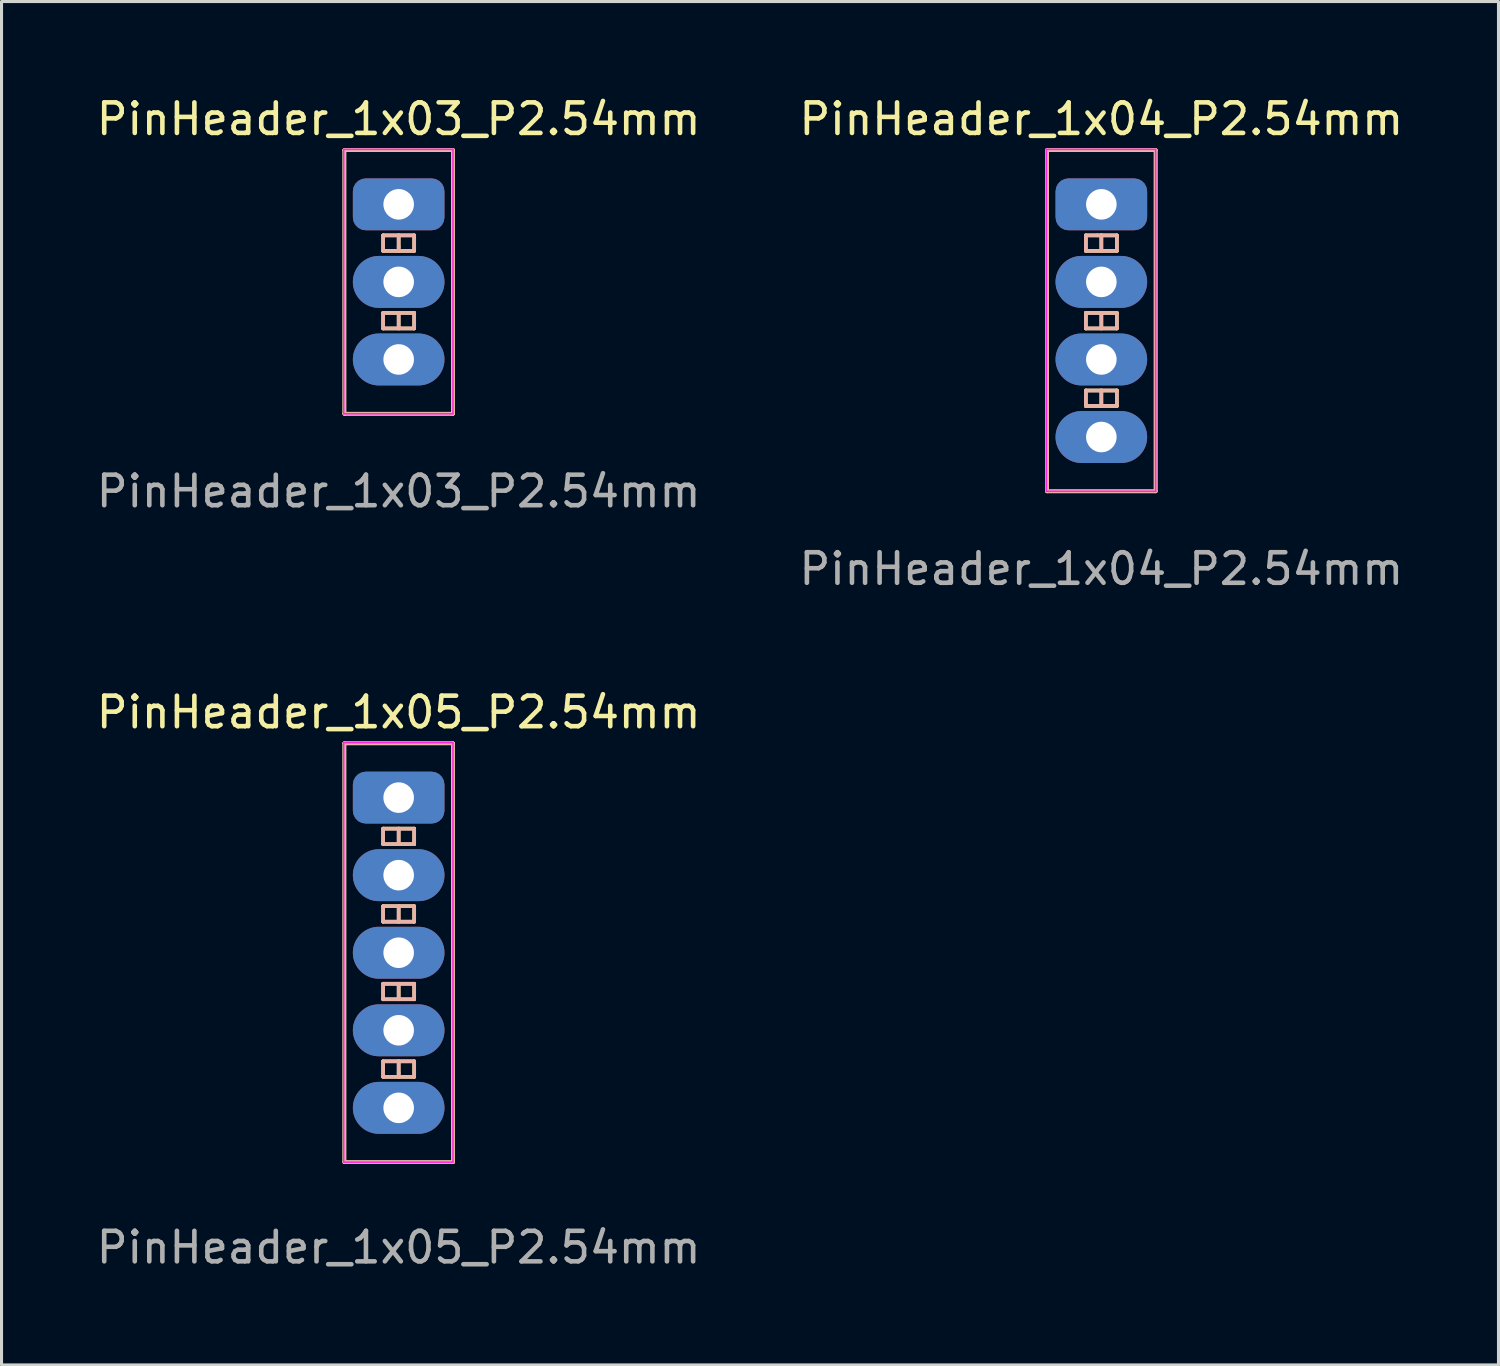
<source format=kicad_pcb>
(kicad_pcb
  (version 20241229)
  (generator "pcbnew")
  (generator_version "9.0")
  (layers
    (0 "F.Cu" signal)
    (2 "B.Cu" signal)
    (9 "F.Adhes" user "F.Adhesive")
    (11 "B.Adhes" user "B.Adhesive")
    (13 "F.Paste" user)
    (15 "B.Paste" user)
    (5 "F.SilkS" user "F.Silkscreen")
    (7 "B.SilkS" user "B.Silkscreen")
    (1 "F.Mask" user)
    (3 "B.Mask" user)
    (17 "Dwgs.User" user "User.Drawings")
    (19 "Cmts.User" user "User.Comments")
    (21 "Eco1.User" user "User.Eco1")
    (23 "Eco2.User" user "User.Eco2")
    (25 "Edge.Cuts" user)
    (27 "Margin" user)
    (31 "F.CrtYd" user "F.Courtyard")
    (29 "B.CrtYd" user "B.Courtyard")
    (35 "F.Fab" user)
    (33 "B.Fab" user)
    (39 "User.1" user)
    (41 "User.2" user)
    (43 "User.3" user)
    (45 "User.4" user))
  (footprint "PinHeader_1x05_P2.54mm"
    (layer "F.Cu")
    (at 10.006 23.071)
    (property "Reference" "PinHeader_1x05_P2.54mm" (at 0 -2.794 0) (layer "F.SilkS") (effects (font (size 1 1) (thickness 0.15))))
    (attr through_hole)
    (fp_line (start -1.778 -1.778) (end 1.778 -1.778) (stroke (width 0.12) (type solid)) (layer "F.SilkS"))
    (fp_line (start -1.778 11.938) (end -1.778 -1.778) (stroke (width 0.12) (type solid)) (layer "F.SilkS"))
    (fp_line (start -0.508 1.524) (end -0.508 1.016) (stroke (width 0.12) (type solid)) (layer "F.SilkS"))
    (fp_line (start -0.508 1.524) (end 0.508 1.524) (stroke (width 0.12) (type solid)) (layer "F.SilkS"))
    (fp_line (start -0.508 4.064) (end -0.508 3.556) (stroke (width 0.12) (type solid)) (layer "F.SilkS"))
    (fp_line (start -0.508 4.064) (end 0.508 4.064) (stroke (width 0.12) (type solid)) (layer "F.SilkS"))
    (fp_line (start -0.508 6.604) (end -0.508 6.096) (stroke (width 0.12) (type solid)) (layer "F.SilkS"))
    (fp_line (start -0.508 6.604) (end 0.508 6.604) (stroke (width 0.12) (type solid)) (layer "F.SilkS"))
    (fp_line (start -0.508 9.144) (end -0.508 8.636) (stroke (width 0.12) (type solid)) (layer "F.SilkS"))
    (fp_line (start -0.508 9.144) (end 0.508 9.144) (stroke (width 0.12) (type solid)) (layer "F.SilkS"))
    (fp_line (start 0 1.016) (end 0 1.524) (stroke (width 0.12) (type solid)) (layer "F.SilkS"))
    (fp_line (start 0 3.556) (end 0 4.064) (stroke (width 0.12) (type solid)) (layer "F.SilkS"))
    (fp_line (start 0 6.096) (end 0 6.604) (stroke (width 0.12) (type solid)) (layer "F.SilkS"))
    (fp_line (start 0 8.636) (end 0 9.144) (stroke (width 0.12) (type solid)) (layer "F.SilkS"))
    (fp_line (start 0.508 1.016) (end -0.508 1.016) (stroke (width 0.12) (type solid)) (layer "F.SilkS"))
    (fp_line (start 0.508 1.016) (end 0.508 1.524) (stroke (width 0.12) (type solid)) (layer "F.SilkS"))
    (fp_line (start 0.508 3.556) (end -0.508 3.556) (stroke (width 0.12) (type solid)) (layer "F.SilkS"))
    (fp_line (start 0.508 4.064) (end 0.508 3.556) (stroke (width 0.12) (type solid)) (layer "F.SilkS"))
    (fp_line (start 0.508 6.096) (end -0.508 6.096) (stroke (width 0.12) (type solid)) (layer "F.SilkS"))
    (fp_line (start 0.508 6.096) (end 0.508 6.604) (stroke (width 0.12) (type solid)) (layer "F.SilkS"))
    (fp_line (start 0.508 8.636) (end -0.508 8.636) (stroke (width 0.12) (type solid)) (layer "F.SilkS"))
    (fp_line (start 0.508 8.636) (end 0.508 9.144) (stroke (width 0.12) (type solid)) (layer "F.SilkS"))
    (fp_line (start 1.778 -1.778) (end 1.778 11.938) (stroke (width 0.12) (type solid)) (layer "F.SilkS"))
    (fp_line (start 1.778 11.938) (end -1.778 11.938) (stroke (width 0.12) (type solid)) (layer "F.SilkS"))
    (fp_line (start -1.778 -1.778) (end 1.778 -1.778) (stroke (width 0.12) (type solid)) (layer "B.SilkS"))
    (fp_line (start -1.778 11.938) (end -1.778 -1.778) (stroke (width 0.12) (type solid)) (layer "B.SilkS"))
    (fp_line (start -0.508 1.016) (end 0 1.016) (stroke (width 0.12) (type solid)) (layer "B.SilkS"))
    (fp_line (start -0.508 1.524) (end -0.508 1.016) (stroke (width 0.12) (type solid)) (layer "B.SilkS"))
    (fp_line (start -0.508 3.556) (end 0 3.556) (stroke (width 0.12) (type solid)) (layer "B.SilkS"))
    (fp_line (start -0.508 4.064) (end -0.508 3.556) (stroke (width 0.12) (type solid)) (layer "B.SilkS"))
    (fp_line (start -0.508 6.096) (end 0 6.096) (stroke (width 0.12) (type solid)) (layer "B.SilkS"))
    (fp_line (start -0.508 6.604) (end -0.508 6.096) (stroke (width 0.12) (type solid)) (layer "B.SilkS"))
    (fp_line (start -0.508 8.636) (end 0 8.636) (stroke (width 0.12) (type solid)) (layer "B.SilkS"))
    (fp_line (start -0.508 9.144) (end -0.508 8.636) (stroke (width 0.12) (type solid)) (layer "B.SilkS"))
    (fp_line (start 0 1.016) (end 0.508 1.016) (stroke (width 0.12) (type solid)) (layer "B.SilkS"))
    (fp_line (start 0 1.524) (end 0 1.016) (stroke (width 0.12) (type solid)) (layer "B.SilkS"))
    (fp_line (start 0 3.556) (end 0 4.064) (stroke (width 0.12) (type solid)) (layer "B.SilkS"))
    (fp_line (start 0 3.556) (end 0.508 3.556) (stroke (width 0.12) (type solid)) (layer "B.SilkS"))
    (fp_line (start 0 6.096) (end 0.508 6.096) (stroke (width 0.12) (type solid)) (layer "B.SilkS"))
    (fp_line (start 0 6.604) (end 0 6.096) (stroke (width 0.12) (type solid)) (layer "B.SilkS"))
    (fp_line (start 0 8.636) (end 0 9.017) (stroke (width 0.12) (type solid)) (layer "B.SilkS"))
    (fp_line (start 0 8.636) (end 0.508 8.636) (stroke (width 0.12) (type solid)) (layer "B.SilkS"))
    (fp_line (start 0 9.017) (end 0 9.144) (stroke (width 0.12) (type solid)) (layer "B.SilkS"))
    (fp_line (start 0.508 1.016) (end 0.508 1.524) (stroke (width 0.12) (type solid)) (layer "B.SilkS"))
    (fp_line (start 0.508 1.524) (end -0.508 1.524) (stroke (width 0.12) (type solid)) (layer "B.SilkS"))
    (fp_line (start 0.508 3.556) (end 0.508 4.064) (stroke (width 0.12) (type solid)) (layer "B.SilkS"))
    (fp_line (start 0.508 4.064) (end -0.508 4.064) (stroke (width 0.12) (type solid)) (layer "B.SilkS"))
    (fp_line (start 0.508 6.096) (end 0.508 6.604) (stroke (width 0.12) (type solid)) (layer "B.SilkS"))
    (fp_line (start 0.508 6.604) (end -0.508 6.604) (stroke (width 0.12) (type solid)) (layer "B.SilkS"))
    (fp_line (start 0.508 8.636) (end 0.508 9.144) (stroke (width 0.12) (type solid)) (layer "B.SilkS"))
    (fp_line (start 0.508 9.144) (end -0.508 9.144) (stroke (width 0.12) (type solid)) (layer "B.SilkS"))
    (fp_line (start 1.778 -1.778) (end 1.778 11.938) (stroke (width 0.12) (type solid)) (layer "B.SilkS"))
    (fp_line (start 1.778 11.938) (end -1.778 11.938) (stroke (width 0.12) (type solid)) (layer "B.SilkS"))
    (fp_line (start -1.8 -1.8) (end -1.8 11.938) (stroke (width 0.05) (type solid)) (layer "F.CrtYd"))
    (fp_line (start -1.8 11.938) (end 1.778 11.938) (stroke (width 0.05) (type solid)) (layer "F.CrtYd"))
    (fp_line (start 1.778 -1.8) (end -1.8 -1.8) (stroke (width 0.05) (type solid)) (layer "F.CrtYd"))
    (fp_line (start 1.778 11.938) (end 1.778 -1.8) (stroke (width 0.05) (type solid)) (layer "F.CrtYd"))
    (fp_text user "${REFERENCE}" (at 0 14.732 180) (layer "F.Fab") (effects (font (size 1 1) (thickness 0.15))))
    (pad "1" thru_hole roundrect (at 0 0) (size 3 1.7) (drill 1) (layers "*.Cu" "*.Mask") (roundrect_rratio 0.25))
    (pad "2" thru_hole oval (at 0 2.54) (size 3 1.7) (drill 1) (layers "*.Cu" "*.Mask"))
    (pad "3" thru_hole oval (at 0 5.08) (size 3 1.7) (drill 1) (layers "*.Cu" "*.Mask"))
    (pad "4" thru_hole oval (at 0 7.62) (size 3 1.7) (drill 1) (layers "*.Cu" "*.Mask"))
    (pad "5" thru_hole oval (at 0 10.16) (size 3 1.7) (drill 1) (layers "*.Cu" "*.Mask")))
  (footprint "PinHeader_1x03_P2.54mm"
    (layer "F.Cu")
    (at 10.006 3.642)
    (property "Reference" "PinHeader_1x03_P2.54mm" (at 0 -2.794 0) (layer "F.SilkS") (effects (font (size 1 1) (thickness 0.15))))
    (attr through_hole)
    (fp_line (start -1.778 -1.778) (end 1.778 -1.778) (stroke (width 0.12) (type solid)) (layer "F.SilkS"))
    (fp_line (start -1.778 6.858) (end -1.778 -1.778) (stroke (width 0.12) (type solid)) (layer "F.SilkS"))
    (fp_line (start -0.508 1.524) (end -0.508 1.016) (stroke (width 0.12) (type solid)) (layer "F.SilkS"))
    (fp_line (start -0.508 1.524) (end 0.508 1.524) (stroke (width 0.12) (type solid)) (layer "F.SilkS"))
    (fp_line (start -0.508 4.064) (end -0.508 3.556) (stroke (width 0.12) (type solid)) (layer "F.SilkS"))
    (fp_line (start -0.508 4.064) (end 0.508 4.064) (stroke (width 0.12) (type solid)) (layer "F.SilkS"))
    (fp_line (start 0 1.016) (end 0 1.524) (stroke (width 0.12) (type solid)) (layer "F.SilkS"))
    (fp_line (start 0 3.556) (end 0 4.064) (stroke (width 0.12) (type solid)) (layer "F.SilkS"))
    (fp_line (start 0.508 1.016) (end -0.508 1.016) (stroke (width 0.12) (type solid)) (layer "F.SilkS"))
    (fp_line (start 0.508 1.016) (end 0.508 1.524) (stroke (width 0.12) (type solid)) (layer "F.SilkS"))
    (fp_line (start 0.508 3.556) (end -0.508 3.556) (stroke (width 0.12) (type solid)) (layer "F.SilkS"))
    (fp_line (start 0.508 4.064) (end 0.508 3.556) (stroke (width 0.12) (type solid)) (layer "F.SilkS"))
    (fp_line (start 1.778 -1.778) (end 1.778 6.858) (stroke (width 0.12) (type solid)) (layer "F.SilkS"))
    (fp_line (start 1.778 6.858) (end -1.778 6.858) (stroke (width 0.12) (type solid)) (layer "F.SilkS"))
    (fp_line (start -1.778 -1.778) (end -1.778 6.858) (stroke (width 0.12) (type solid)) (layer "B.SilkS"))
    (fp_line (start -1.778 6.858) (end 1.778 6.858) (stroke (width 0.12) (type solid)) (layer "B.SilkS"))
    (fp_line (start -0.508 1.016) (end -0.508 1.524) (stroke (width 0.12) (type solid)) (layer "B.SilkS"))
    (fp_line (start -0.508 1.524) (end 0.508 1.524) (stroke (width 0.12) (type solid)) (layer "B.SilkS"))
    (fp_line (start -0.508 3.556) (end 0 3.556) (stroke (width 0.12) (type solid)) (layer "B.SilkS"))
    (fp_line (start -0.508 4.064) (end -0.508 3.556) (stroke (width 0.12) (type solid)) (layer "B.SilkS"))
    (fp_line (start -0.508 4.064) (end 0.508 4.064) (stroke (width 0.12) (type solid)) (layer "B.SilkS"))
    (fp_line (start 0 1.016) (end -0.508 1.016) (stroke (width 0.12) (type solid)) (layer "B.SilkS"))
    (fp_line (start 0 1.016) (end 0 1.397) (stroke (width 0.12) (type solid)) (layer "B.SilkS"))
    (fp_line (start 0 1.397) (end 0 1.524) (stroke (width 0.12) (type solid)) (layer "B.SilkS"))
    (fp_line (start 0 3.556) (end 0 4.064) (stroke (width 0.12) (type solid)) (layer "B.SilkS"))
    (fp_line (start 0.508 1.016) (end 0 1.016) (stroke (width 0.12) (type solid)) (layer "B.SilkS"))
    (fp_line (start 0.508 1.524) (end 0.508 1.016) (stroke (width 0.12) (type solid)) (layer "B.SilkS"))
    (fp_line (start 0.508 3.556) (end 0 3.556) (stroke (width 0.12) (type solid)) (layer "B.SilkS"))
    (fp_line (start 0.508 4.064) (end 0.508 3.556) (stroke (width 0.12) (type solid)) (layer "B.SilkS"))
    (fp_line (start 1.778 -1.778) (end -1.778 -1.778) (stroke (width 0.12) (type solid)) (layer "B.SilkS"))
    (fp_line (start 1.778 6.858) (end 1.778 -1.778) (stroke (width 0.12) (type solid)) (layer "B.SilkS"))
    (fp_line (start -1.8 -1.8) (end -1.8 6.858) (stroke (width 0.05) (type solid)) (layer "F.CrtYd"))
    (fp_line (start -1.8 6.858) (end 1.778 6.858) (stroke (width 0.05) (type solid)) (layer "F.CrtYd"))
    (fp_line (start 1.778 -1.8) (end -1.8 -1.8) (stroke (width 0.05) (type solid)) (layer "F.CrtYd"))
    (fp_line (start 1.778 6.858) (end 1.778 -1.8) (stroke (width 0.05) (type solid)) (layer "F.CrtYd"))
    (fp_text user "${REFERENCE}" (at 0 9.398 180) (layer "F.Fab") (effects (font (size 1 1) (thickness 0.15))))
    (pad "1" thru_hole roundrect (at 0 0) (size 3 1.7) (drill 1) (layers "*.Cu" "*.Mask") (roundrect_rratio 0.25))
    (pad "2" thru_hole oval (at 0 2.54) (size 3 1.7) (drill 1) (layers "*.Cu" "*.Mask"))
    (pad "3" thru_hole oval (at 0 5.08) (size 3 1.7) (drill 1) (layers "*.Cu" "*.Mask")))
  (footprint "PinHeader_1x04_P2.54mm"
    (layer "F.Cu")
    (at 33.018 3.642)
    (property "Reference" "PinHeader_1x04_P2.54mm" (at 0 -2.794 0) (layer "F.SilkS") (effects (font (size 1 1) (thickness 0.15))))
    (attr through_hole)
    (fp_line (start -1.778 -1.778) (end 1.778 -1.778) (stroke (width 0.12) (type solid)) (layer "F.SilkS"))
    (fp_line (start -1.778 9.398) (end -1.778 -1.778) (stroke (width 0.12) (type solid)) (layer "F.SilkS"))
    (fp_line (start -0.508 1.524) (end -0.508 1.016) (stroke (width 0.12) (type solid)) (layer "F.SilkS"))
    (fp_line (start -0.508 1.524) (end 0.508 1.524) (stroke (width 0.12) (type solid)) (layer "F.SilkS"))
    (fp_line (start -0.508 4.064) (end -0.508 3.556) (stroke (width 0.12) (type solid)) (layer "F.SilkS"))
    (fp_line (start -0.508 4.064) (end 0.508 4.064) (stroke (width 0.12) (type solid)) (layer "F.SilkS"))
    (fp_line (start -0.508 6.604) (end -0.508 6.096) (stroke (width 0.12) (type solid)) (layer "F.SilkS"))
    (fp_line (start -0.508 6.604) (end 0.508 6.604) (stroke (width 0.12) (type solid)) (layer "F.SilkS"))
    (fp_line (start 0 1.016) (end 0 1.524) (stroke (width 0.12) (type solid)) (layer "F.SilkS"))
    (fp_line (start 0 3.556) (end 0 4.064) (stroke (width 0.12) (type solid)) (layer "F.SilkS"))
    (fp_line (start 0 6.096) (end 0 6.604) (stroke (width 0.12) (type solid)) (layer "F.SilkS"))
    (fp_line (start 0.508 1.016) (end -0.508 1.016) (stroke (width 0.12) (type solid)) (layer "F.SilkS"))
    (fp_line (start 0.508 1.016) (end 0.508 1.524) (stroke (width 0.12) (type solid)) (layer "F.SilkS"))
    (fp_line (start 0.508 3.556) (end -0.508 3.556) (stroke (width 0.12) (type solid)) (layer "F.SilkS"))
    (fp_line (start 0.508 4.064) (end 0.508 3.556) (stroke (width 0.12) (type solid)) (layer "F.SilkS"))
    (fp_line (start 0.508 6.096) (end -0.508 6.096) (stroke (width 0.12) (type solid)) (layer "F.SilkS"))
    (fp_line (start 0.508 6.096) (end 0.508 6.604) (stroke (width 0.12) (type solid)) (layer "F.SilkS"))
    (fp_line (start 1.778 -1.778) (end 1.778 9.398) (stroke (width 0.12) (type solid)) (layer "F.SilkS"))
    (fp_line (start 1.778 9.398) (end -1.778 9.398) (stroke (width 0.12) (type solid)) (layer "F.SilkS"))
    (fp_line (start -1.778 -1.778) (end -1.778 9.398) (stroke (width 0.12) (type solid)) (layer "B.SilkS"))
    (fp_line (start -1.778 9.398) (end 1.778 9.398) (stroke (width 0.12) (type solid)) (layer "B.SilkS"))
    (fp_line (start -0.508 1.016) (end -0.127 1.016) (stroke (width 0.12) (type solid)) (layer "B.SilkS"))
    (fp_line (start -0.508 1.524) (end -0.508 1.016) (stroke (width 0.12) (type solid)) (layer "B.SilkS"))
    (fp_line (start -0.508 3.556) (end 0 3.556) (stroke (width 0.12) (type solid)) (layer "B.SilkS"))
    (fp_line (start -0.508 4.064) (end -0.508 3.556) (stroke (width 0.12) (type solid)) (layer "B.SilkS"))
    (fp_line (start -0.508 4.064) (end 0.508 4.064) (stroke (width 0.12) (type solid)) (layer "B.SilkS"))
    (fp_line (start -0.508 6.096) (end -0.508 6.604) (stroke (width 0.12) (type solid)) (layer "B.SilkS"))
    (fp_line (start -0.508 6.604) (end 0.508 6.604) (stroke (width 0.12) (type solid)) (layer "B.SilkS"))
    (fp_line (start -0.127 1.016) (end 0 1.016) (stroke (width 0.12) (type solid)) (layer "B.SilkS"))
    (fp_line (start 0 1.016) (end 0.508 1.016) (stroke (width 0.12) (type solid)) (layer "B.SilkS"))
    (fp_line (start 0 1.524) (end 0 1.016) (stroke (width 0.12) (type solid)) (layer "B.SilkS"))
    (fp_line (start 0 3.556) (end 0 4.064) (stroke (width 0.12) (type solid)) (layer "B.SilkS"))
    (fp_line (start 0 6.096) (end -0.508 6.096) (stroke (width 0.12) (type solid)) (layer "B.SilkS"))
    (fp_line (start 0 6.096) (end 0 6.604) (stroke (width 0.12) (type solid)) (layer "B.SilkS"))
    (fp_line (start 0.508 1.016) (end 0.508 1.524) (stroke (width 0.12) (type solid)) (layer "B.SilkS"))
    (fp_line (start 0.508 1.524) (end -0.508 1.524) (stroke (width 0.12) (type solid)) (layer "B.SilkS"))
    (fp_line (start 0.508 3.556) (end 0 3.556) (stroke (width 0.12) (type solid)) (layer "B.SilkS"))
    (fp_line (start 0.508 4.064) (end 0.508 3.556) (stroke (width 0.12) (type solid)) (layer "B.SilkS"))
    (fp_line (start 0.508 6.096) (end 0 6.096) (stroke (width 0.12) (type solid)) (layer "B.SilkS"))
    (fp_line (start 0.508 6.604) (end 0.508 6.096) (stroke (width 0.12) (type solid)) (layer "B.SilkS"))
    (fp_line (start 1.778 -1.778) (end -1.778 -1.778) (stroke (width 0.12) (type solid)) (layer "B.SilkS"))
    (fp_line (start 1.778 9.398) (end 1.778 -1.778) (stroke (width 0.12) (type solid)) (layer "B.SilkS"))
    (fp_line (start -1.8 -1.8) (end -1.8 9.398) (stroke (width 0.05) (type solid)) (layer "F.CrtYd"))
    (fp_line (start -1.8 9.398) (end 1.778 9.398) (stroke (width 0.05) (type solid)) (layer "F.CrtYd"))
    (fp_line (start 1.778 -1.8) (end -1.8 -1.8) (stroke (width 0.05) (type solid)) (layer "F.CrtYd"))
    (fp_line (start 1.778 9.398) (end 1.778 -1.8) (stroke (width 0.05) (type solid)) (layer "F.CrtYd"))
    (fp_text user "${REFERENCE}" (at 0 11.938 180) (layer "F.Fab") (effects (font (size 1 1) (thickness 0.15))))
    (pad "1" thru_hole roundrect (at 0 0) (size 3 1.7) (drill 1) (layers "*.Cu" "*.Mask") (roundrect_rratio 0.25))
    (pad "2" thru_hole oval (at 0 2.54) (size 3 1.7) (drill 1) (layers "*.Cu" "*.Mask"))
    (pad "3" thru_hole oval (at 0 5.08) (size 3 1.7) (drill 1) (layers "*.Cu" "*.Mask"))
    (pad "4" thru_hole oval (at 0 7.62) (size 3 1.7) (drill 1) (layers "*.Cu" "*.Mask")))
  (gr_rect
    (start -3 -3)
    (end 46.024 41.651)
    (stroke (width 0.1) (type default))
    (fill no)
    (layer "Edge.Cuts")))
</source>
